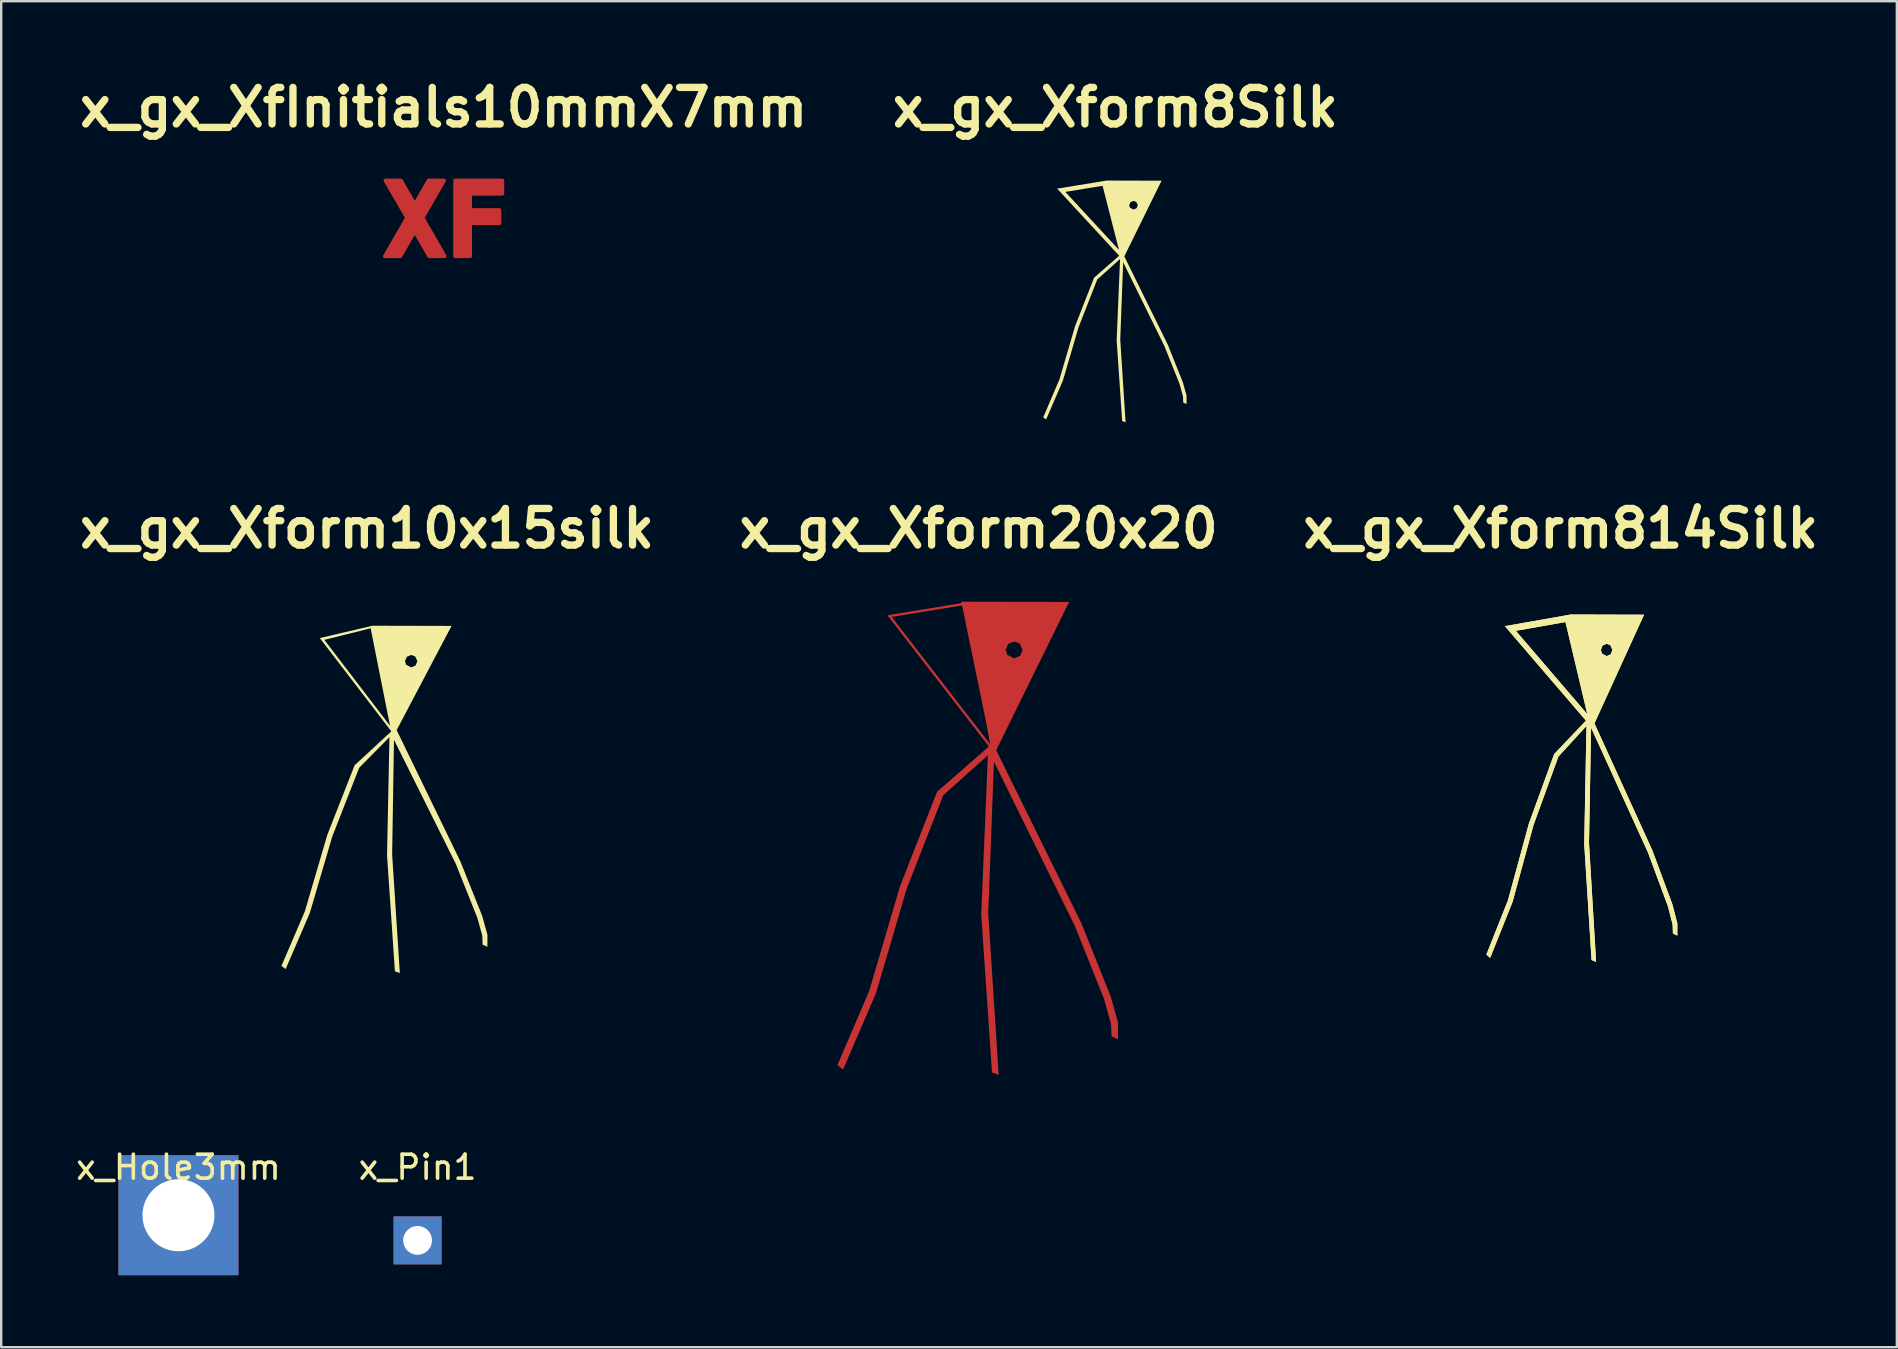
<source format=kicad_pcb>
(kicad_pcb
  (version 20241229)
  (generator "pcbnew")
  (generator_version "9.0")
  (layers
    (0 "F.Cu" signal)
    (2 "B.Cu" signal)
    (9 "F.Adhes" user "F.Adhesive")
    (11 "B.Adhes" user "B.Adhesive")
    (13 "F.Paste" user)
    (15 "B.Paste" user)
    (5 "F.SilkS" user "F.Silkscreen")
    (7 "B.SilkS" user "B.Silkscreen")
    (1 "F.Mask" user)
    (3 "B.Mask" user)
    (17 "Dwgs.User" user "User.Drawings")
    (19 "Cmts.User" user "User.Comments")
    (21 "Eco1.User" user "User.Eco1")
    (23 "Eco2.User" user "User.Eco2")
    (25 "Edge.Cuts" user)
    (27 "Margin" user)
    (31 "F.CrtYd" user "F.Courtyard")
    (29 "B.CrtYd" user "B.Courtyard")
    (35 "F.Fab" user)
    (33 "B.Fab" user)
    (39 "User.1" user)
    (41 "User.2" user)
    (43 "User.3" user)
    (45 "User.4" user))
  (footprint "x_gx_XfInitials10mmX7mm"
    (layer "F.Cu")
    (at 15.436 6.05)
    (property "Reference" "x_gx_XfInitials10mmX7mm" (at 0 -4.624 0) (layer "F.SilkS") (effects (font (size 1.524 1.524) (thickness 0.305))))
    (attr smd)
    (fp_poly (pts (xy 2.445 -1.027) (xy 1.105 -1.027) (xy 1.105 -0.347) (xy 2.325 -0.347) (xy 2.325 0.202) (xy 1.105 0.202) (xy 1.105 1.576) (xy 0.482 1.576) (xy 0.482 -1.576) (xy 2.445 -1.576) (xy 2.445 -1.027)) (stroke (width 0.16) (type solid)) (fill yes) (layer "F.Cu"))
    (fp_poly (pts (xy 0.043 1.576) (xy -0.601 1.576) (xy -1.202 0.533) (xy -1.802 1.576) (xy -2.445 1.576) (xy -1.521 -0.024) (xy -2.42 -1.576) (xy -1.776 -1.576) (xy -1.202 -0.573) (xy -0.626 -1.576) (xy 0.018 -1.576) (xy -0.877 -0.024) (xy 0.043 1.576)) (stroke (width 0.16) (type solid)) (fill yes) (layer "F.Cu")))
  (footprint "x_Hole3mm"
    (layer "F.Cu")
    (at 4.387 47.593)
    (property "Reference" "x_Hole3mm" (at 0 -2 0) (layer "F.SilkS") (effects (font (size 1 1) (thickness 0.15))))
    (attr through_hole)
    (pad "" thru_hole trapezoid (at 0 0) (size 5 5) (drill 3) (layers "*.Cu" "B.Mask")))
  (footprint "x_gx_Xform814Silk"
    (layer "F.Cu")
    (at 61.989 29.528)
    (property "Reference" "x_gx_Xform814Silk" (at 0 -10.553 0) (layer "F.SilkS") (effects (font (size 1.524 1.524) (thickness 0.305))))
    (attr smd)
    (fp_poly (pts (xy 0.415 -6.97) (xy 0.199 -6.655) (xy 1.108 -2.818) (xy -1.87 -6.29) (xy 0.199 -6.655) (xy 0.415 -6.97) (xy 1.914 -5.752) (xy 2.07 -5.69) (xy 2.155 -5.493) (xy 2.085 -5.312) (xy 1.914 -5.235) (xy 1.72 -5.342) (xy 1.675 -5.493) (xy 1.745 -5.676) (xy 1.914 -5.752) (xy 0.415 -6.97) (xy 0.288 -6.946) (xy -2.325 -6.485) (xy 1.053 -2.547) (xy -0.273 -1.154) (xy -1.328 1.75) (xy -2.197 4.938) (xy -3.099 7.207) (xy -2.937 7.338) (xy -2.004 5.003) (xy -1.135 1.814) (xy -0.096 -1.048) (xy 1.074 -2.326) (xy 0.981 2.603) (xy 1.286 7.43) (xy 1.476 7.505) (xy 1.18 2.561) (xy 1.267 -2.252) (xy 3.638 2.951) (xy 4.47 5.196) (xy 4.664 5.951) (xy 4.677 6.323) (xy 4.86 6.412) (xy 4.863 5.91) (xy 4.661 5.127) (xy 3.822 2.864) (xy 1.407 -2.431) (xy 3.474 -6.961) (xy 0.415 -6.97)) (stroke (width 0) (type solid)) (fill yes) (layer "F.SilkS"))
    (fp_poly (pts (xy 0.415 -6.97) (xy 0.199 -6.655) (xy 1.108 -2.818) (xy -1.87 -6.29) (xy 0.199 -6.655) (xy 0.415 -6.97) (xy 1.914 -5.752) (xy 2.07 -5.69) (xy 2.155 -5.493) (xy 2.085 -5.312) (xy 1.914 -5.235) (xy 1.72 -5.342) (xy 1.675 -5.493) (xy 1.745 -5.676) (xy 1.914 -5.752) (xy 0.415 -6.97) (xy 0.288 -6.946) (xy -2.325 -6.485) (xy 1.053 -2.547) (xy -0.273 -1.154) (xy -1.328 1.75) (xy -2.197 4.938) (xy -3.099 7.207) (xy -2.937 7.338) (xy -2.004 5.003) (xy -1.135 1.814) (xy -0.096 -1.048) (xy 1.074 -2.326) (xy 0.981 2.603) (xy 1.286 7.43) (xy 1.476 7.505) (xy 1.18 2.561) (xy 1.267 -2.252) (xy 3.638 2.951) (xy 4.47 5.196) (xy 4.664 5.951) (xy 4.677 6.323) (xy 4.86 6.412) (xy 4.863 5.91) (xy 4.661 5.127) (xy 3.822 2.864) (xy 1.407 -2.431) (xy 3.474 -6.961) (xy 0.415 -6.97)) (stroke (width 0) (type solid)) (fill yes) (layer "F.SilkS")))
  (footprint "x_gx_Xform10x15silk"
    (layer "F.Cu")
    (at 12.243 29.762)
    (property "Reference" "x_gx_Xform10x15silk" (at 0 -10.787 0) (layer "F.SilkS") (effects (font (size 1.524 1.524) (thickness 0.305))))
    (attr smd)
    (fp_poly (pts (xy 0.225 -6.736) (xy 0.96 -2.567) (xy -1.777 -6.147) (xy 0.153 -6.629) (xy 0.96 -2.567) (xy 0.225 -6.736) (xy 1.842 -5.518) (xy 2.01 -5.456) (xy 2.101 -5.26) (xy 2.026 -5.078) (xy 1.842 -5.001) (xy 1.632 -5.109) (xy 1.584 -5.26) (xy 1.66 -5.442) (xy 1.842 -5.518) (xy 0.225 -6.736) (xy 0.225 -6.736) (xy -1.966 -6.222) (xy 1.014 -2.335) (xy -0.516 -0.92) (xy -1.654 1.983) (xy -2.591 5.172) (xy -3.564 7.441) (xy -3.389 7.572) (xy -2.383 5.237) (xy -1.446 2.048) (xy -0.326 -0.815) (xy 0.936 -2.092) (xy 0.836 2.837) (xy 1.164 7.664) (xy 1.369 7.739) (xy 1.049 2.795) (xy 1.125 -1.983) (xy 3.7 3.185) (xy 4.597 5.43) (xy 4.807 6.185) (xy 4.82 6.557) (xy 5.018 6.645) (xy 5.02 6.144) (xy 4.803 5.361) (xy 3.898 3.098) (xy 1.237 -2.386) (xy 3.524 -6.728) (xy 0.228 -6.736) (xy 0.225 -6.736)) (stroke (width 0) (type solid)) (fill yes) (layer "F.SilkS")))
  (footprint "x_gx_Xform8Silk"
    (layer "F.Cu")
    (at 43.43 9.511)
    (property "Reference" "x_gx_Xform8Silk" (at 0 -8.085 0) (layer "F.SilkS") (effects (font (size 1.524 1.524) (thickness 0.305))))
    (attr smd)
    (fp_poly (pts (xy 0.204 -1.955) (xy 0.055 1.625) (xy 0.284 4.985) (xy 0.427 5.037) (xy 0.204 1.597) (xy 0.335 -1.878) (xy 0.204 -1.955)) (stroke (width 0) (type solid)) (fill yes) (layer "F.SilkS"))
    (fp_poly (pts (xy 0.261 -1.992) (xy -0.886 -0.989) (xy -1.677 1.031) (xy -2.33 3.25) (xy -3.006 4.83) (xy -2.885 4.921) (xy -2.185 3.296) (xy -1.533 1.076) (xy -0.754 -0.916) (xy 0.28 -1.841) (xy 0.261 -1.992)) (stroke (width 0) (type solid)) (fill yes) (layer "F.SilkS"))
    (fp_poly (pts (xy 0.336 -1.953) (xy 0.203 -1.88) (xy 2.048 1.868) (xy 2.673 3.43) (xy 2.819 3.956) (xy 2.828 4.214) (xy 2.966 4.276) (xy 2.968 3.927) (xy 2.817 3.382) (xy 2.187 1.807) (xy 0.336 -1.953) (xy 0.336 -1.953)) (stroke (width 0) (type solid)) (fill yes) (layer "F.SilkS"))
    (fp_poly (pts (xy -0.37 -5.037) (xy -0.532 -4.818) (xy 0.15 -2.148) (xy -2.084 -4.564) (xy -0.532 -4.818) (xy -0.37 -5.037) (xy 0.755 -4.189) (xy 0.872 -4.146) (xy 0.936 -4.01) (xy 0.884 -3.883) (xy 0.755 -3.83) (xy 0.61 -3.904) (xy 0.576 -4.01) (xy 0.629 -4.136) (xy 0.755 -4.189) (xy -0.37 -5.037) (xy -0.465 -5.02) (xy -2.426 -4.7) (xy 0.308 -1.743) (xy 1.926 -5.031) (xy -0.37 -5.037)) (stroke (width 0) (type solid)) (fill yes) (layer "F.SilkS")))
  (footprint "x_Pin1"
    (layer "F.Cu")
    (at 14.351 48.641)
    (property "Reference" "x_Pin1" (at 0 -3.048 0) (layer "F.SilkS") (effects (font (size 1 1) (thickness 0.15))))
    (attr through_hole)
    (pad "1" thru_hole trapezoid (at 0 0) (size 2 2) (drill 1.2) (layers "*.Cu" "B.Mask")))
  (footprint "x_gx_Xform20x20"
    (layer "F.Cu")
    (at 37.733 31.884)
    (property "Reference" "x_gx_Xform20x20" (at 0 -12.909 0) (layer "F.SilkS") (effects (font (size 1.524 1.524) (thickness 0.305))))
    (attr smd)
    (fp_line (start -3.713 -9.26) (end 0.556 -3.74) (stroke (width 0.098) (type solid)) (layer "F.Cu"))
    (fp_line (start -0.414 -9.798) (end -3.713 -9.26) (stroke (width 0.098) (type solid)) (layer "F.Cu"))
    (fp_line (start 0.556 -3.74) (end -0.414 -9.798) (stroke (width 0.098) (type solid)) (layer "F.Cu"))
    (fp_poly (pts (xy 0.4 -3.826) (xy 0.108 3.182) (xy 0.556 9.759) (xy 0.835 9.861) (xy 0.4 3.126) (xy 0.656 -3.676) (xy 0.4 -3.826)) (stroke (width 0) (type solid)) (fill yes) (layer "F.Cu"))
    (fp_poly (pts (xy 0.51 -3.899) (xy -1.734 -1.937) (xy -3.284 2.019) (xy -4.561 6.363) (xy -5.886 9.455) (xy -5.648 9.634) (xy -4.277 6.453) (xy -3 2.107) (xy -1.475 -1.793) (xy 0.548 -3.604) (xy 0.51 -3.899)) (stroke (width 0) (type solid)) (fill yes) (layer "F.Cu"))
    (fp_poly (pts (xy 0.658 -3.822) (xy 0.398 -3.681) (xy 4.01 3.657) (xy 5.233 6.715) (xy 5.518 7.744) (xy 5.537 8.251) (xy 5.806 8.371) (xy 5.81 7.688) (xy 5.514 6.621) (xy 4.281 3.538) (xy 0.658 -3.822) (xy 0.658 -3.822)) (stroke (width 0) (type solid)) (fill yes) (layer "F.Cu"))
    (fp_poly (pts (xy 1.831 -7.849) (xy 3.771 -9.849) (xy -0.723 -9.861) (xy 0.604 -3.412) (xy 3.771 -9.849) (xy 1.831 -7.849) (xy 1.73 -7.603) (xy 1.479 -7.497) (xy 1.194 -7.644) (xy 1.127 -7.849) (xy 1.231 -8.098) (xy 1.479 -8.201) (xy 1.708 -8.117) (xy 1.831 -7.849) (xy 1.831 -7.849)) (stroke (width 0) (type solid)) (fill yes) (layer "F.Cu")))
  (gr_rect
    (start -3 -3)
    (end 75.998 53.093)
    (stroke (width 0.1) (type default))
    (fill no)
    (layer "Edge.Cuts")))
</source>
